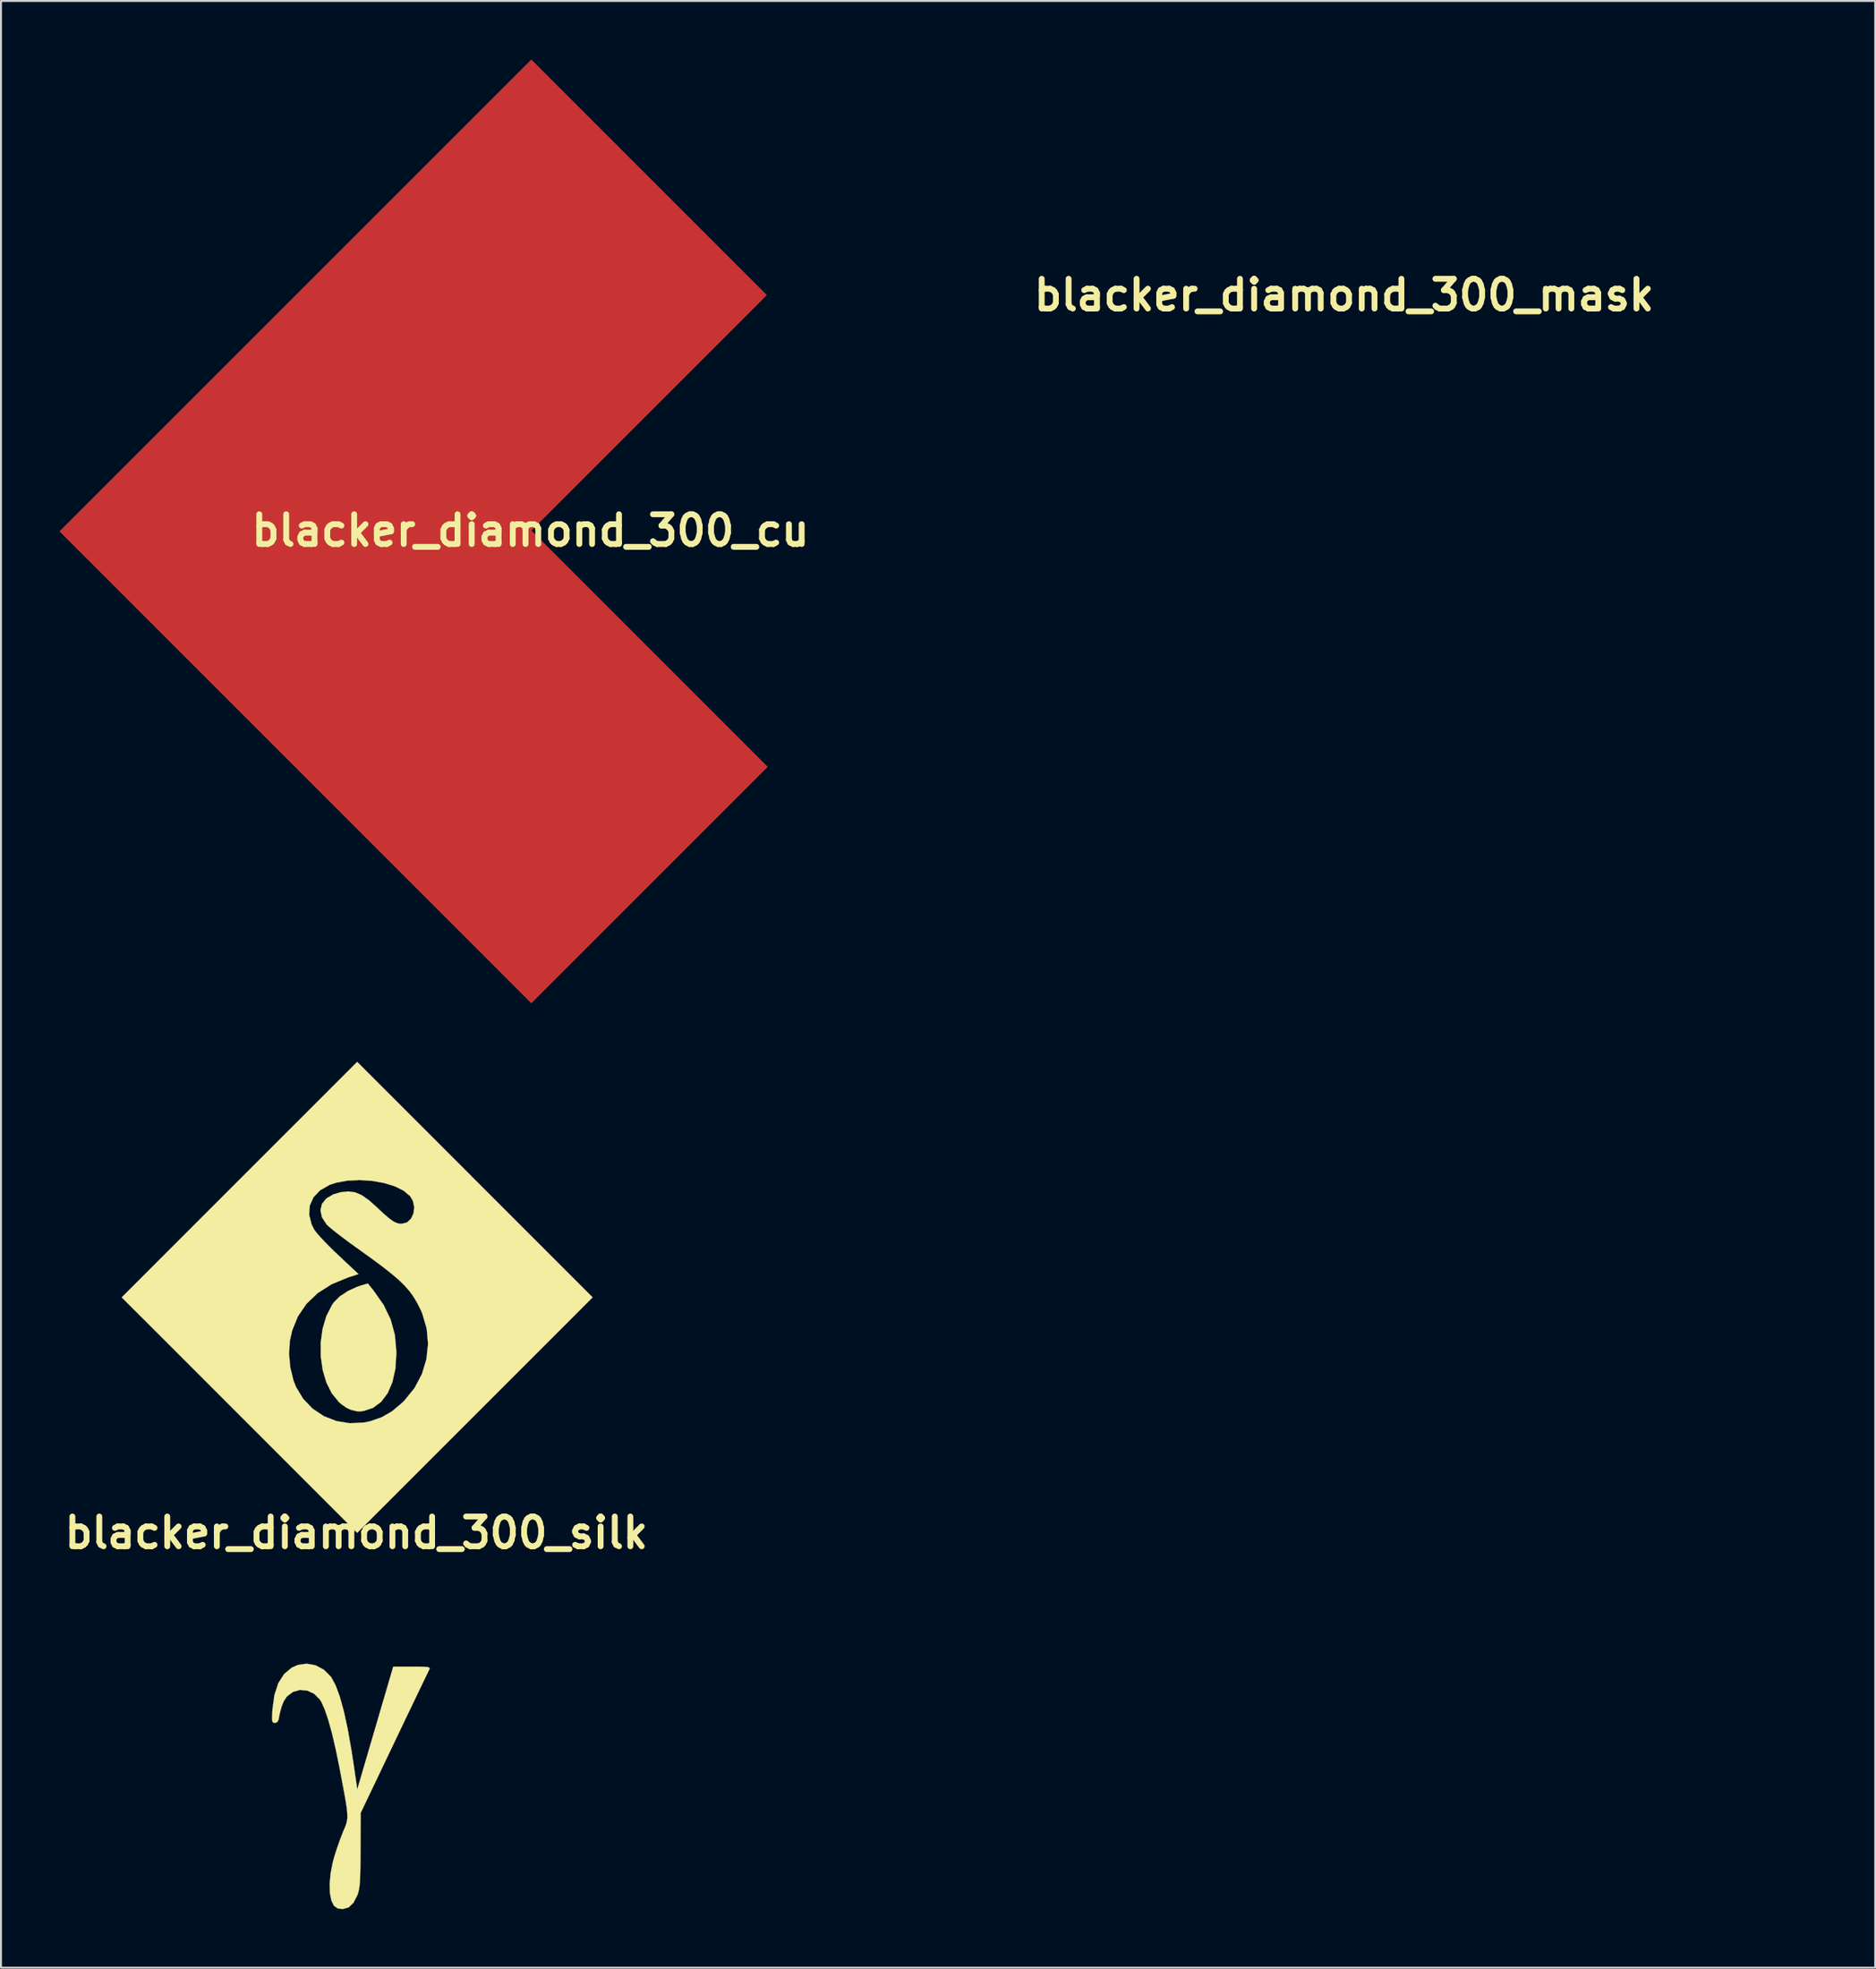
<source format=kicad_pcb>
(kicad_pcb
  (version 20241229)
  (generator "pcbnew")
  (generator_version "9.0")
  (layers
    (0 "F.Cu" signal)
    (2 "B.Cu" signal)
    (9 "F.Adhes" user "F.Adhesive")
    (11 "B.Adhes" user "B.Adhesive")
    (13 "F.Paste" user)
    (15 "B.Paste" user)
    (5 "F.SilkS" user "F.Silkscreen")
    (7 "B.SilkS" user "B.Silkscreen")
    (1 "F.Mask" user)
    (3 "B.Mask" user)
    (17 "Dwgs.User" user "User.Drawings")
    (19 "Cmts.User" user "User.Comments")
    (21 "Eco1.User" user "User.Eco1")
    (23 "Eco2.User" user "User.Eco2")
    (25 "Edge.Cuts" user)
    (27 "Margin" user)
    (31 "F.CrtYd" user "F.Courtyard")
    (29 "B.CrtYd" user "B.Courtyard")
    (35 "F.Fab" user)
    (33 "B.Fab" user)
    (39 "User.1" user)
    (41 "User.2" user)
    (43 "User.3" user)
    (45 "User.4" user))
  (footprint "blacker_diamond_300_cu"
    (layer "F.Cu")
    (at 24.135 24.135)
    (property "Reference" "blacker_diamond_300_cu" (at 0 0 0) (layer "F.SilkS") (effects (font (size 1.524 1.524) (thickness 0.3))))
    (attr through_hole)
    (fp_poly (pts (xy 6.075 -18.097) (xy 12.107 -12.065) (xy 0.043 -0.000148) (xy 6.096 6.054) (xy 12.149 12.107) (xy 0.042 24.215) (xy -24.13 0.042) (xy -12.044 -12.044) (xy 0.043 -24.13) (xy 6.075 -18.097)) (stroke (width 0.01) (type solid)) (fill yes) (layer "F.Cu")))
  (footprint "blacker_diamond_300_mask"
    (layer "F.Cu")
    (at 65.828 12.07)
    (property "Reference" "blacker_diamond_300_mask" (at 0 0 0) (layer "F.SilkS") (effects (font (size 1.524 1.524) (thickness 0.3))))
    (attr through_hole)
    (fp_poly (pts (xy 12.727 -6.474) (xy 13.142 -6.301) (xy 13.476 -5.979) (xy 13.533 -5.898) (xy 13.631 -5.74) (xy 13.695 -5.59) (xy 13.733 -5.408) (xy 13.752 -5.154) (xy 13.758 -4.789) (xy 13.758 -4.578) (xy 13.754 -4.13) (xy 13.736 -3.804) (xy 13.699 -3.558) (xy 13.636 -3.343) (xy 13.555 -3.147) (xy 13.428 -2.891) (xy 13.329 -2.764) (xy 13.227 -2.735) (xy 13.174 -2.745) (xy 12.988 -2.783) (xy 12.712 -2.827) (xy 12.554 -2.847) (xy 12.203 -2.849) (xy 11.927 -2.773) (xy 11.745 -2.64) (xy 11.677 -2.472) (xy 11.743 -2.289) (xy 11.899 -2.149) (xy 12.062 -2.072) (xy 12.274 -2.04) (xy 12.586 -2.048) (xy 12.701 -2.057) (xy 13.289 -2.106) (xy 13.542 -1.799) (xy 13.84 -1.334) (xy 14.081 -0.756) (xy 14.252 -0.116) (xy 14.341 0.538) (xy 14.337 1.155) (xy 14.308 1.37) (xy 14.228 1.724) (xy 14.12 2.071) (xy 14.044 2.261) (xy 13.74 2.718) (xy 13.339 3.048) (xy 12.866 3.24) (xy 12.345 3.285) (xy 11.811 3.175) (xy 11.552 3.04) (xy 11.275 2.831) (xy 11.151 2.712) (xy 10.829 2.369) (xy 10.855 -1.504) (xy 10.861 -2.42) (xy 10.867 -3.182) (xy 10.875 -3.807) (xy 10.884 -4.309) (xy 10.895 -4.704) (xy 10.909 -5.008) (xy 10.927 -5.237) (xy 10.949 -5.407) (xy 10.976 -5.532) (xy 11.008 -5.629) (xy 11.04 -5.699) (xy 11.326 -6.101) (xy 11.715 -6.37) (xy 12.193 -6.498) (xy 12.229 -6.501) (xy 12.727 -6.474)) (stroke (width 0.01) (type solid)) (fill yes) (layer "F.Mask"))
    (fp_poly (pts (xy 18.161 -6.011) (xy 24.215 0.043) (xy 18.182 6.075) (xy 12.149 12.107) (xy 6.889 6.847) (xy 9.255 6.847) (xy 9.291 6.904) (xy 9.406 6.932) (xy 9.635 6.942) (xy 9.895 6.943) (xy 10.565 6.943) (xy 10.663 6.413) (xy 10.701 6.138) (xy 10.74 5.74) (xy 10.775 5.263) (xy 10.803 4.755) (xy 10.812 4.549) (xy 10.863 3.214) (xy 11.041 3.345) (xy 11.566 3.634) (xy 12.171 3.795) (xy 12.82 3.826) (xy 13.475 3.723) (xy 13.768 3.63) (xy 14.278 3.362) (xy 14.761 2.966) (xy 15.173 2.484) (xy 15.403 2.103) (xy 15.683 1.38) (xy 15.81 0.66) (xy 15.788 -0.04) (xy 15.622 -0.7) (xy 15.315 -1.303) (xy 14.873 -1.829) (xy 14.406 -2.193) (xy 14.001 -2.453) (xy 14.438 -2.905) (xy 14.807 -3.364) (xy 15.036 -3.851) (xy 15.142 -4.41) (xy 15.153 -4.735) (xy 15.076 -5.359) (xy 14.856 -5.903) (xy 14.504 -6.358) (xy 14.03 -6.714) (xy 13.447 -6.962) (xy 12.764 -7.093) (xy 12.361 -7.112) (xy 11.662 -7.049) (xy 11.052 -6.853) (xy 10.507 -6.518) (xy 10.495 -6.509) (xy 10.106 -6.12) (xy 9.825 -5.644) (xy 9.639 -5.056) (xy 9.569 -4.647) (xy 9.554 -4.445) (xy 9.539 -4.091) (xy 9.526 -3.604) (xy 9.514 -3.002) (xy 9.504 -2.302) (xy 9.495 -1.522) (xy 9.489 -0.68) (xy 9.485 0.205) (xy 9.485 0.72) (xy 9.483 1.828) (xy 9.479 2.781) (xy 9.472 3.594) (xy 9.462 4.283) (xy 9.447 4.86) (xy 9.429 5.342) (xy 9.405 5.742) (xy 9.376 6.076) (xy 9.342 6.358) (xy 9.3 6.602) (xy 9.269 6.752) (xy 9.255 6.847) (xy 6.889 6.847) (xy 6.096 6.054) (xy 0.043 -0.000148) (xy 12.107 -12.065) (xy 18.161 -6.011)) (stroke (width 0.01) (type solid)) (fill yes) (layer "F.Mask"))
    (fp_poly (pts (xy 0.042 0) (xy -12.065 12.107) (xy -18.098 6.075) (xy -24.13 0.042) (xy -21.352 -2.736) (xy -16.425 -2.736) (xy -16.412 -2.503) (xy -16.361 -2.395) (xy -16.266 -2.371) (xy -16.159 -2.409) (xy -16.09 -2.547) (xy -16.046 -2.771) (xy -15.911 -3.3) (xy -15.687 -3.692) (xy -15.38 -3.943) (xy -14.994 -4.047) (xy -14.755 -4.041) (xy -14.439 -3.965) (xy -14.173 -3.803) (xy -13.945 -3.537) (xy -13.739 -3.149) (xy -13.544 -2.621) (xy -13.429 -2.237) (xy -13.326 -1.837) (xy -13.204 -1.305) (xy -13.07 -0.679) (xy -12.933 0.008) (xy -12.798 0.717) (xy -12.674 1.414) (xy -12.592 1.905) (xy -12.483 2.582) (xy -12.812 3.344) (xy -13.112 4.105) (xy -13.314 4.791) (xy -13.43 5.453) (xy -13.472 6.147) (xy -13.47 6.46) (xy -13.398 6.793) (xy -13.224 7.033) (xy -12.983 7.167) (xy -12.711 7.178) (xy -12.444 7.051) (xy -12.33 6.94) (xy -12.2 6.77) (xy -12.098 6.593) (xy -12.022 6.384) (xy -11.968 6.12) (xy -11.932 5.777) (xy -11.91 5.333) (xy -11.899 4.763) (xy -11.895 4.149) (xy -11.889 2.244) (xy -10.463 -0.72) (xy -10.129 -1.415) (xy -9.802 -2.095) (xy -9.495 -2.736) (xy -9.217 -3.316) (xy -8.98 -3.812) (xy -8.795 -4.201) (xy -8.672 -4.461) (xy -8.67 -4.466) (xy -8.303 -5.249) (xy -10.206 -5.249) (xy -11.042 -2.349) (xy -11.239 -1.668) (xy -11.425 -1.03) (xy -11.594 -0.455) (xy -11.739 0.036) (xy -11.855 0.422) (xy -11.936 0.684) (xy -11.973 0.794) (xy -12.009 0.863) (xy -12.043 0.864) (xy -12.08 0.779) (xy -12.123 0.592) (xy -12.179 0.283) (xy -12.25 -0.163) (xy -12.308 -0.547) (xy -12.449 -1.413) (xy -12.599 -2.216) (xy -12.752 -2.933) (xy -12.906 -3.545) (xy -13.053 -4.031) (xy -13.191 -4.369) (xy -13.192 -4.371) (xy -13.407 -4.696) (xy -13.687 -4.99) (xy -13.985 -5.207) (xy -14.204 -5.298) (xy -14.41 -5.345) (xy -14.531 -5.377) (xy -14.719 -5.378) (xy -14.992 -5.321) (xy -15.286 -5.224) (xy -15.537 -5.106) (xy -15.594 -5.069) (xy -15.853 -4.798) (xy -16.079 -4.396) (xy -16.259 -3.9) (xy -16.378 -3.347) (xy -16.425 -2.775) (xy -16.425 -2.736) (xy -21.352 -2.736) (xy -18.076 -6.011) (xy -12.023 -12.065) (xy 0.042 0)) (stroke (width 0.01) (type solid)) (fill yes) (layer "F.Mask")))
  (footprint "blacker_diamond_300_silk"
    (layer "F.Cu")
    (at 15.211 75.49)
    (property "Reference" "blacker_diamond_300_silk" (at 0 0 0) (layer "F.SilkS") (effects (font (size 1.524 1.524) (thickness 0.3))))
    (attr through_hole)
    (fp_poly (pts (xy 0.876 -12.42) (xy 1.396 -11.68) (xy 1.758 -10.93) (xy 1.973 -10.142) (xy 2.05 -9.287) (xy 2.051 -9.186) (xy 1.999 -8.401) (xy 1.848 -7.72) (xy 1.604 -7.154) (xy 1.272 -6.713) (xy 0.858 -6.406) (xy 0.381 -6.245) (xy 0.173 -6.221) (xy 0.042 -6.226) (xy -0.098 -6.261) (xy -0.28 -6.303) (xy -0.474 -6.39) (xy -0.72 -6.555) (xy -0.883 -6.692) (xy -1.254 -7.142) (xy -1.535 -7.705) (xy -1.725 -8.348) (xy -1.822 -9.041) (xy -1.824 -9.752) (xy -1.73 -10.448) (xy -1.538 -11.098) (xy -1.247 -11.671) (xy -1.138 -11.826) (xy -0.841 -12.117) (xy -0.431 -12.388) (xy 0.039 -12.604) (xy 0.211 -12.662) (xy 0.589 -12.775) (xy 0.876 -12.42)) (stroke (width 0.01) (type solid)) (fill yes) (layer "F.SilkS"))
    (fp_poly (pts (xy -2.088 6.791) (xy -1.665 7.014) (xy -1.316 7.361) (xy -1.279 7.413) (xy -1.06 7.822) (xy -0.847 8.399) (xy -0.641 9.144) (xy -0.443 10.054) (xy -0.252 11.131) (xy -0.142 11.845) (xy 0.048 13.149) (xy 0.97 10.003) (xy 1.892 6.858) (xy 2.854 6.858) (xy 3.268 6.86) (xy 3.538 6.868) (xy 3.692 6.888) (xy 3.754 6.923) (xy 3.751 6.978) (xy 3.737 7.006) (xy 3.686 7.111) (xy 3.569 7.352) (xy 3.394 7.716) (xy 3.169 8.184) (xy 2.901 8.743) (xy 2.598 9.375) (xy 2.268 10.067) (xy 1.94 10.753) (xy 0.222 14.351) (xy 0.215 16.256) (xy 0.21 16.897) (xy 0.202 17.395) (xy 0.188 17.773) (xy 0.167 18.058) (xy 0.136 18.273) (xy 0.094 18.446) (xy 0.053 18.563) (xy -0.15 18.96) (xy -0.4 19.196) (xy -0.704 19.278) (xy -0.954 19.245) (xy -1.144 19.113) (xy -1.277 18.844) (xy -1.352 18.462) (xy -1.366 17.993) (xy -1.319 17.46) (xy -1.208 16.886) (xy -1.142 16.643) (xy -1.007 16.211) (xy -0.847 15.752) (xy -0.693 15.352) (xy -0.668 15.292) (xy -0.585 15.098) (xy -0.522 14.932) (xy -0.48 14.772) (xy -0.459 14.596) (xy -0.463 14.382) (xy -0.49 14.108) (xy -0.544 13.753) (xy -0.625 13.295) (xy -0.734 12.711) (xy -0.857 12.065) (xy -1.05 11.114) (xy -1.243 10.289) (xy -1.433 9.6) (xy -1.617 9.055) (xy -1.793 8.665) (xy -1.871 8.539) (xy -2.169 8.243) (xy -2.522 8.081) (xy -2.894 8.051) (xy -3.25 8.152) (xy -3.553 8.381) (xy -3.716 8.619) (xy -3.833 8.911) (xy -3.923 9.247) (xy -3.939 9.336) (xy -3.99 9.586) (xy -4.06 9.706) (xy -4.17 9.737) (xy -4.254 9.726) (xy -4.301 9.671) (xy -4.318 9.538) (xy -4.312 9.294) (xy -4.296 9.038) (xy -4.195 8.302) (xy -3.997 7.701) (xy -3.701 7.237) (xy -3.311 6.911) (xy -3.004 6.773) (xy -2.546 6.706) (xy -2.088 6.791)) (stroke (width 0.01) (type solid)) (fill yes) (layer "F.SilkS"))
    (fp_poly (pts (xy 6.075 -18.097) (xy 12.107 -12.065) (xy 6.075 -6.032) (xy 0.042 0.000001) (xy -5.99 -6.033) (xy -9.113 -9.156) (xy -3.449 -9.156) (xy -3.382 -8.454) (xy -3.217 -7.789) (xy -3.096 -7.483) (xy -2.726 -6.866) (xy -2.241 -6.361) (xy -1.665 -5.977) (xy -1.017 -5.724) (xy -0.321 -5.612) (xy 0.403 -5.652) (xy 0.723 -5.719) (xy 1.303 -5.922) (xy 1.826 -6.224) (xy 2.338 -6.653) (xy 2.469 -6.783) (xy 2.984 -7.42) (xy 3.36 -8.131) (xy 3.591 -8.89) (xy 3.675 -9.676) (xy 3.607 -10.463) (xy 3.382 -11.229) (xy 3.303 -11.412) (xy 3.128 -11.763) (xy 2.943 -12.079) (xy 2.732 -12.374) (xy 2.477 -12.667) (xy 2.162 -12.971) (xy 1.77 -13.304) (xy 1.286 -13.683) (xy 0.691 -14.122) (xy 0.016 -14.605) (xy -0.413 -14.915) (xy -0.809 -15.212) (xy -1.146 -15.475) (xy -1.396 -15.682) (xy -1.525 -15.804) (xy -1.762 -16.17) (xy -1.838 -16.524) (xy -1.761 -16.85) (xy -1.54 -17.128) (xy -1.182 -17.34) (xy -0.793 -17.452) (xy -0.41 -17.491) (xy -0.065 -17.446) (xy 0.275 -17.301) (xy 0.643 -17.043) (xy 1.054 -16.677) (xy 1.42 -16.334) (xy 1.698 -16.097) (xy 1.912 -15.946) (xy 2.092 -15.865) (xy 2.263 -15.834) (xy 2.327 -15.833) (xy 2.6 -15.906) (xy 2.806 -16.1) (xy 2.932 -16.375) (xy 2.967 -16.693) (xy 2.898 -17.013) (xy 2.755 -17.252) (xy 2.425 -17.53) (xy 1.967 -17.757) (xy 1.416 -17.926) (xy 0.806 -18.034) (xy 0.172 -18.076) (xy -0.451 -18.047) (xy -1.029 -17.942) (xy -1.38 -17.824) (xy -1.86 -17.548) (xy -2.197 -17.191) (xy -2.386 -16.77) (xy -2.42 -16.303) (xy -2.295 -15.807) (xy -2.16 -15.536) (xy -2.031 -15.363) (xy -1.802 -15.104) (xy -1.5 -14.788) (xy -1.152 -14.443) (xy -0.927 -14.228) (xy 0.108 -13.258) (xy -0.433 -13.082) (xy -1.271 -12.735) (xy -1.98 -12.284) (xy -2.555 -11.735) (xy -2.994 -11.091) (xy -3.292 -10.356) (xy -3.41 -9.821) (xy -3.449 -9.156) (xy -9.113 -9.156) (xy -12.023 -12.065) (xy -5.99 -18.098) (xy 0.043 -24.13) (xy 6.075 -18.097)) (stroke (width 0.01) (type solid)) (fill yes) (layer "F.SilkS")))
  (gr_rect
    (start -3 -3)
    (end 93.048 97.773)
    (stroke (width 0.1) (type default))
    (fill no)
    (layer "Edge.Cuts")))
</source>
